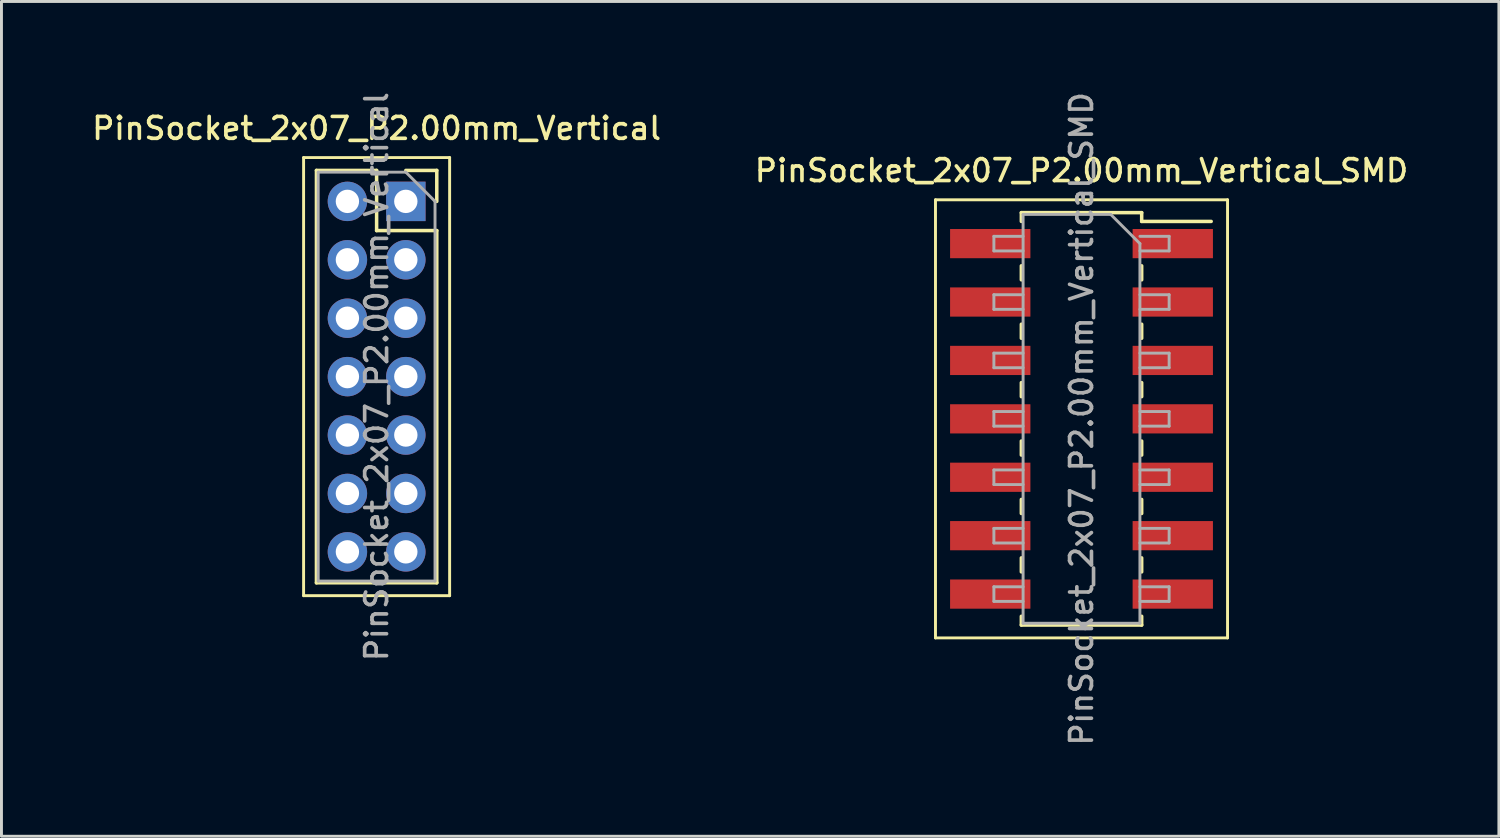
<source format=kicad_pcb>
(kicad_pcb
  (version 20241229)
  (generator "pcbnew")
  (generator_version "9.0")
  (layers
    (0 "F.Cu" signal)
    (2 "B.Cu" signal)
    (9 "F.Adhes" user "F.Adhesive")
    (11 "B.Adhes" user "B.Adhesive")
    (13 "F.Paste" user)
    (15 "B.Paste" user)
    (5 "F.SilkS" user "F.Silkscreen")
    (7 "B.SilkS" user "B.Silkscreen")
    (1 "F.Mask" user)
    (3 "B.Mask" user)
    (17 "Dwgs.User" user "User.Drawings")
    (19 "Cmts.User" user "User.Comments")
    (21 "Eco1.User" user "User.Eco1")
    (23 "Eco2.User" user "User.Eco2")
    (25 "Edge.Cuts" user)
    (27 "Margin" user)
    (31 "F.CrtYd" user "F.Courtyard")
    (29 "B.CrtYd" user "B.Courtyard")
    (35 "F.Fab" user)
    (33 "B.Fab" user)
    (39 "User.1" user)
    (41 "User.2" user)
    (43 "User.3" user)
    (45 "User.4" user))
  (footprint "PinSocket_2x07_P2.00mm_Vertical_SMD"
    (layer "F.Cu")
    (at 33.98 11.291)
    (property "Reference" "PinSocket_2x07_P2.00mm_Vertical_SMD" (at 0 -8.5 0) (layer "F.SilkS") (effects (font (size 0.75 0.75) (thickness 0.125))))
    (attr smd)
    (fp_line (start -5 -7.5) (end 5 -7.5) (stroke (width 0.1) (type solid)) (layer "F.SilkS"))
    (fp_line (start -5 7.5) (end -5 -7.5) (stroke (width 0.1) (type solid)) (layer "F.SilkS"))
    (fp_line (start -2.06 -7.06) (end -2.06 -6.76) (stroke (width 0.12) (type solid)) (layer "F.SilkS"))
    (fp_line (start -2.06 -7.06) (end 2.06 -7.06) (stroke (width 0.12) (type solid)) (layer "F.SilkS"))
    (fp_line (start -2.06 -5.24) (end -2.06 -4.76) (stroke (width 0.12) (type solid)) (layer "F.SilkS"))
    (fp_line (start -2.06 -3.24) (end -2.06 -2.76) (stroke (width 0.12) (type solid)) (layer "F.SilkS"))
    (fp_line (start -2.06 -1.24) (end -2.06 -0.76) (stroke (width 0.12) (type solid)) (layer "F.SilkS"))
    (fp_line (start -2.06 0.76) (end -2.06 1.24) (stroke (width 0.12) (type solid)) (layer "F.SilkS"))
    (fp_line (start -2.06 2.76) (end -2.06 3.24) (stroke (width 0.12) (type solid)) (layer "F.SilkS"))
    (fp_line (start -2.06 4.76) (end -2.06 5.24) (stroke (width 0.12) (type solid)) (layer "F.SilkS"))
    (fp_line (start -2.06 6.76) (end -2.06 7.06) (stroke (width 0.12) (type solid)) (layer "F.SilkS"))
    (fp_line (start -2.06 7.06) (end 2.06 7.06) (stroke (width 0.12) (type solid)) (layer "F.SilkS"))
    (fp_line (start 2.06 -7.06) (end 2.06 -6.76) (stroke (width 0.12) (type solid)) (layer "F.SilkS"))
    (fp_line (start 2.06 -6.76) (end 4.44 -6.76) (stroke (width 0.12) (type solid)) (layer "F.SilkS"))
    (fp_line (start 2.06 -5.24) (end 2.06 -4.76) (stroke (width 0.12) (type solid)) (layer "F.SilkS"))
    (fp_line (start 2.06 -3.24) (end 2.06 -2.76) (stroke (width 0.12) (type solid)) (layer "F.SilkS"))
    (fp_line (start 2.06 -1.24) (end 2.06 -0.76) (stroke (width 0.12) (type solid)) (layer "F.SilkS"))
    (fp_line (start 2.06 0.76) (end 2.06 1.24) (stroke (width 0.12) (type solid)) (layer "F.SilkS"))
    (fp_line (start 2.06 2.76) (end 2.06 3.24) (stroke (width 0.12) (type solid)) (layer "F.SilkS"))
    (fp_line (start 2.06 4.76) (end 2.06 5.24) (stroke (width 0.12) (type solid)) (layer "F.SilkS"))
    (fp_line (start 2.06 6.76) (end 2.06 7.06) (stroke (width 0.12) (type solid)) (layer "F.SilkS"))
    (fp_line (start 5 -7.5) (end 5 7.5) (stroke (width 0.1) (type solid)) (layer "F.SilkS"))
    (fp_line (start 5 7.5) (end -5 7.5) (stroke (width 0.1) (type solid)) (layer "F.SilkS"))
    (fp_line (start -3 -6.25) (end -2 -6.25) (stroke (width 0.1) (type solid)) (layer "F.Fab"))
    (fp_line (start -3 -5.75) (end -3 -6.25) (stroke (width 0.1) (type solid)) (layer "F.Fab"))
    (fp_line (start -3 -4.25) (end -2 -4.25) (stroke (width 0.1) (type solid)) (layer "F.Fab"))
    (fp_line (start -3 -3.75) (end -3 -4.25) (stroke (width 0.1) (type solid)) (layer "F.Fab"))
    (fp_line (start -3 -2.25) (end -2 -2.25) (stroke (width 0.1) (type solid)) (layer "F.Fab"))
    (fp_line (start -3 -1.75) (end -3 -2.25) (stroke (width 0.1) (type solid)) (layer "F.Fab"))
    (fp_line (start -3 -0.25) (end -2 -0.25) (stroke (width 0.1) (type solid)) (layer "F.Fab"))
    (fp_line (start -3 0.25) (end -3 -0.25) (stroke (width 0.1) (type solid)) (layer "F.Fab"))
    (fp_line (start -3 1.75) (end -2 1.75) (stroke (width 0.1) (type solid)) (layer "F.Fab"))
    (fp_line (start -3 2.25) (end -3 1.75) (stroke (width 0.1) (type solid)) (layer "F.Fab"))
    (fp_line (start -3 3.75) (end -2 3.75) (stroke (width 0.1) (type solid)) (layer "F.Fab"))
    (fp_line (start -3 4.25) (end -3 3.75) (stroke (width 0.1) (type solid)) (layer "F.Fab"))
    (fp_line (start -3 5.75) (end -2 5.75) (stroke (width 0.1) (type solid)) (layer "F.Fab"))
    (fp_line (start -3 6.25) (end -3 5.75) (stroke (width 0.1) (type solid)) (layer "F.Fab"))
    (fp_line (start -2 -7) (end 1 -7) (stroke (width 0.1) (type solid)) (layer "F.Fab"))
    (fp_line (start -2 -5.75) (end -3 -5.75) (stroke (width 0.1) (type solid)) (layer "F.Fab"))
    (fp_line (start -2 -3.75) (end -3 -3.75) (stroke (width 0.1) (type solid)) (layer "F.Fab"))
    (fp_line (start -2 -1.75) (end -3 -1.75) (stroke (width 0.1) (type solid)) (layer "F.Fab"))
    (fp_line (start -2 0.25) (end -3 0.25) (stroke (width 0.1) (type solid)) (layer "F.Fab"))
    (fp_line (start -2 2.25) (end -3 2.25) (stroke (width 0.1) (type solid)) (layer "F.Fab"))
    (fp_line (start -2 4.25) (end -3 4.25) (stroke (width 0.1) (type solid)) (layer "F.Fab"))
    (fp_line (start -2 6.25) (end -3 6.25) (stroke (width 0.1) (type solid)) (layer "F.Fab"))
    (fp_line (start -2 7) (end -2 -7) (stroke (width 0.1) (type solid)) (layer "F.Fab"))
    (fp_line (start 1 -7) (end 2 -6) (stroke (width 0.1) (type solid)) (layer "F.Fab"))
    (fp_line (start 2 -6.25) (end 3 -6.25) (stroke (width 0.1) (type solid)) (layer "F.Fab"))
    (fp_line (start 2 -6) (end 2 7) (stroke (width 0.1) (type solid)) (layer "F.Fab"))
    (fp_line (start 2 -4.25) (end 3 -4.25) (stroke (width 0.1) (type solid)) (layer "F.Fab"))
    (fp_line (start 2 -2.25) (end 3 -2.25) (stroke (width 0.1) (type solid)) (layer "F.Fab"))
    (fp_line (start 2 -0.25) (end 3 -0.25) (stroke (width 0.1) (type solid)) (layer "F.Fab"))
    (fp_line (start 2 1.75) (end 3 1.75) (stroke (width 0.1) (type solid)) (layer "F.Fab"))
    (fp_line (start 2 3.75) (end 3 3.75) (stroke (width 0.1) (type solid)) (layer "F.Fab"))
    (fp_line (start 2 5.75) (end 3 5.75) (stroke (width 0.1) (type solid)) (layer "F.Fab"))
    (fp_line (start 2 7) (end -2 7) (stroke (width 0.1) (type solid)) (layer "F.Fab"))
    (fp_line (start 3 -6.25) (end 3 -5.75) (stroke (width 0.1) (type solid)) (layer "F.Fab"))
    (fp_line (start 3 -5.75) (end 2 -5.75) (stroke (width 0.1) (type solid)) (layer "F.Fab"))
    (fp_line (start 3 -4.25) (end 3 -3.75) (stroke (width 0.1) (type solid)) (layer "F.Fab"))
    (fp_line (start 3 -3.75) (end 2 -3.75) (stroke (width 0.1) (type solid)) (layer "F.Fab"))
    (fp_line (start 3 -2.25) (end 3 -1.75) (stroke (width 0.1) (type solid)) (layer "F.Fab"))
    (fp_line (start 3 -1.75) (end 2 -1.75) (stroke (width 0.1) (type solid)) (layer "F.Fab"))
    (fp_line (start 3 -0.25) (end 3 0.25) (stroke (width 0.1) (type solid)) (layer "F.Fab"))
    (fp_line (start 3 0.25) (end 2 0.25) (stroke (width 0.1) (type solid)) (layer "F.Fab"))
    (fp_line (start 3 1.75) (end 3 2.25) (stroke (width 0.1) (type solid)) (layer "F.Fab"))
    (fp_line (start 3 2.25) (end 2 2.25) (stroke (width 0.1) (type solid)) (layer "F.Fab"))
    (fp_line (start 3 3.75) (end 3 4.25) (stroke (width 0.1) (type solid)) (layer "F.Fab"))
    (fp_line (start 3 4.25) (end 2 4.25) (stroke (width 0.1) (type solid)) (layer "F.Fab"))
    (fp_line (start 3 5.75) (end 3 6.25) (stroke (width 0.1) (type solid)) (layer "F.Fab"))
    (fp_line (start 3 6.25) (end 2 6.25) (stroke (width 0.1) (type solid)) (layer "F.Fab"))
    (fp_text user "${REFERENCE}" (at 0 0 90) (layer "F.Fab") (effects (font (size 0.75 0.75) (thickness 0.125))))
    (pad "1" smd rect (at 3.125 -6) (size 2.75 1) (layers "F.Cu" "F.Mask" "F.Paste"))
    (pad "2" smd rect (at -3.125 -6) (size 2.75 1) (layers "F.Cu" "F.Mask" "F.Paste"))
    (pad "3" smd rect (at 3.125 -4) (size 2.75 1) (layers "F.Cu" "F.Mask" "F.Paste"))
    (pad "4" smd rect (at -3.125 -4) (size 2.75 1) (layers "F.Cu" "F.Mask" "F.Paste"))
    (pad "5" smd rect (at 3.125 -2) (size 2.75 1) (layers "F.Cu" "F.Mask" "F.Paste"))
    (pad "6" smd rect (at -3.125 -2) (size 2.75 1) (layers "F.Cu" "F.Mask" "F.Paste"))
    (pad "7" smd rect (at 3.125 0) (size 2.75 1) (layers "F.Cu" "F.Mask" "F.Paste"))
    (pad "8" smd rect (at -3.125 0) (size 2.75 1) (layers "F.Cu" "F.Mask" "F.Paste"))
    (pad "9" smd rect (at 3.125 2) (size 2.75 1) (layers "F.Cu" "F.Mask" "F.Paste"))
    (pad "10" smd rect (at -3.125 2) (size 2.75 1) (layers "F.Cu" "F.Mask" "F.Paste"))
    (pad "11" smd rect (at 3.125 4) (size 2.75 1) (layers "F.Cu" "F.Mask" "F.Paste"))
    (pad "12" smd rect (at -3.125 4) (size 2.75 1) (layers "F.Cu" "F.Mask" "F.Paste"))
    (pad "13" smd rect (at 3.125 6) (size 2.75 1) (layers "F.Cu" "F.Mask" "F.Paste"))
    (pad "14" smd rect (at -3.125 6) (size 2.75 1) (layers "F.Cu" "F.Mask" "F.Paste")))
  (footprint "PinSocket_2x07_P2.00mm_Vertical"
    (layer "F.Cu")
    (at 10.845 3.845)
    (property "Reference" "PinSocket_2x07_P2.00mm_Vertical" (at -1 -2.5 0) (layer "F.SilkS") (effects (font (size 0.75 0.75) (thickness 0.125))))
    (attr through_hole)
    (fp_line (start -3.5 -1.5) (end 1.5 -1.5) (stroke (width 0.1) (type solid)) (layer "F.SilkS"))
    (fp_line (start -3.5 13.5) (end -3.5 -1.5) (stroke (width 0.1) (type solid)) (layer "F.SilkS"))
    (fp_line (start -3.06 -1.06) (end -3.06 13.06) (stroke (width 0.12) (type solid)) (layer "F.SilkS"))
    (fp_line (start -3.06 -1.06) (end -1 -1.06) (stroke (width 0.12) (type solid)) (layer "F.SilkS"))
    (fp_line (start -3.06 13.06) (end 1.06 13.06) (stroke (width 0.12) (type solid)) (layer "F.SilkS"))
    (fp_line (start -1 -1.06) (end -1 1) (stroke (width 0.12) (type solid)) (layer "F.SilkS"))
    (fp_line (start -1 1) (end 1.06 1) (stroke (width 0.12) (type solid)) (layer "F.SilkS"))
    (fp_line (start 0 -1.06) (end 1.06 -1.06) (stroke (width 0.12) (type solid)) (layer "F.SilkS"))
    (fp_line (start 1.06 -1.06) (end 1.06 0) (stroke (width 0.12) (type solid)) (layer "F.SilkS"))
    (fp_line (start 1.06 1) (end 1.06 13.06) (stroke (width 0.12) (type solid)) (layer "F.SilkS"))
    (fp_line (start 1.5 -1.5) (end 1.5 13.5) (stroke (width 0.1) (type solid)) (layer "F.SilkS"))
    (fp_line (start 1.5 13.5) (end -3.5 13.5) (stroke (width 0.1) (type solid)) (layer "F.SilkS"))
    (fp_line (start -3 -1) (end 0 -1) (stroke (width 0.1) (type solid)) (layer "F.Fab"))
    (fp_line (start -3 13) (end -3 -1) (stroke (width 0.1) (type solid)) (layer "F.Fab"))
    (fp_line (start 0 -1) (end 1 0) (stroke (width 0.1) (type solid)) (layer "F.Fab"))
    (fp_line (start 1 0) (end 1 13) (stroke (width 0.1) (type solid)) (layer "F.Fab"))
    (fp_line (start 1 13) (end -3 13) (stroke (width 0.1) (type solid)) (layer "F.Fab"))
    (fp_text user "${REFERENCE}" (at -1 6 90) (layer "F.Fab") (effects (font (size 0.75 0.75) (thickness 0.125))))
    (pad "1" thru_hole rect (at 0 0) (size 1.35 1.35) (drill 0.8) (layers "*.Cu" "*.Mask"))
    (pad "2" thru_hole oval (at -2 0) (size 1.35 1.35) (drill 0.8) (layers "*.Cu" "*.Mask"))
    (pad "3" thru_hole oval (at 0 2) (size 1.35 1.35) (drill 0.8) (layers "*.Cu" "*.Mask"))
    (pad "4" thru_hole oval (at -2 2) (size 1.35 1.35) (drill 0.8) (layers "*.Cu" "*.Mask"))
    (pad "5" thru_hole oval (at 0 4) (size 1.35 1.35) (drill 0.8) (layers "*.Cu" "*.Mask"))
    (pad "6" thru_hole oval (at -2 4) (size 1.35 1.35) (drill 0.8) (layers "*.Cu" "*.Mask"))
    (pad "7" thru_hole oval (at 0 6) (size 1.35 1.35) (drill 0.8) (layers "*.Cu" "*.Mask"))
    (pad "8" thru_hole oval (at -2 6) (size 1.35 1.35) (drill 0.8) (layers "*.Cu" "*.Mask"))
    (pad "9" thru_hole oval (at 0 8) (size 1.35 1.35) (drill 0.8) (layers "*.Cu" "*.Mask"))
    (pad "10" thru_hole oval (at -2 8) (size 1.35 1.35) (drill 0.8) (layers "*.Cu" "*.Mask"))
    (pad "11" thru_hole oval (at 0 10) (size 1.35 1.35) (drill 0.8) (layers "*.Cu" "*.Mask"))
    (pad "12" thru_hole oval (at -2 10) (size 1.35 1.35) (drill 0.8) (layers "*.Cu" "*.Mask"))
    (pad "13" thru_hole oval (at 0 12) (size 1.35 1.35) (drill 0.8) (layers "*.Cu" "*.Mask"))
    (pad "14" thru_hole oval (at -2 12) (size 1.35 1.35) (drill 0.8) (layers "*.Cu" "*.Mask")))
  (gr_rect
    (start -3 -3)
    (end 48.271 25.582)
    (stroke (width 0.1) (type default))
    (fill no)
    (layer "Edge.Cuts")))
</source>
